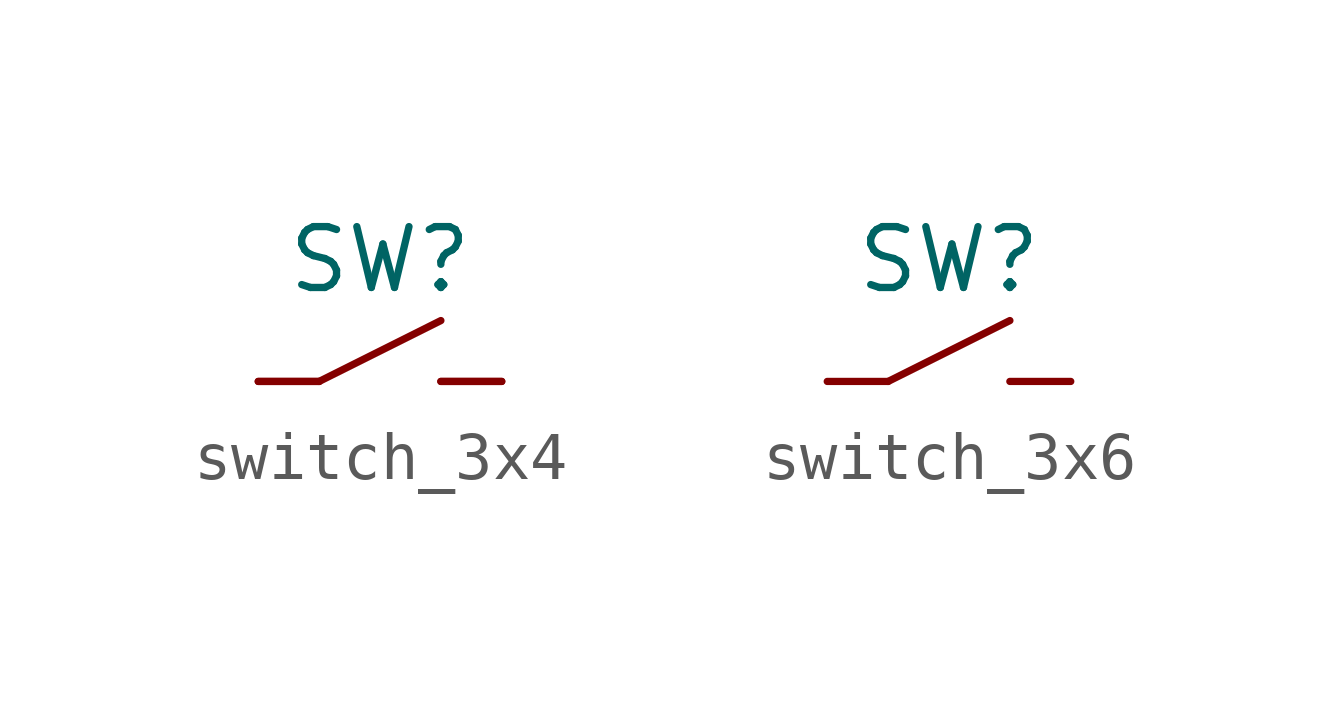
<source format=kicad_sym>
(kicad_symbol_lib
  (version 20211014)
  (generator kicad_symbol_editor)
  (symbol "switch_3x4"
    (pin_numbers hide)
    (pin_names
      (offset 1.016) hide)
    (property "Reference" "SW"
      (at 0 2.54 0)
      (effects (font (size 1.27 1.27))))
    (symbol "switch_3x4_0_1"
      (polyline (pts (xy -1.27 0) (xy 1.27 1.27)) (stroke (width 0) (type default) (color 0 0 0 0)) (fill (type none))))
    (symbol "switch_3x4_1_1"
      (pin bidirectional line (at -2.54 0 0) (length 1.27) (name "~" (effects (font (size 1.27 1.27)))) (number "1" (effects (font (size 1.27 1.27)))))
      (pin bidirectional line (at -2.54 0 0) (length 1.27) (name "~" (effects (font (size 1.27 1.27)))) (number "2" (effects (font (size 1.27 1.27)))))
      (pin bidirectional line (at 2.54 0 180) (length 1.27) (name "~" (effects (font (size 1.27 1.27)))) (number "3" (effects (font (size 1.27 1.27)))))
      (pin bidirectional line (at 2.54 0 180) (length 1.27) (name "~" (effects (font (size 1.27 1.27)))) (number "4" (effects (font (size 1.27 1.27)))))))
  (symbol "switch_3x6"
    (pin_numbers hide)
    (pin_names
      (offset 1.016) hide)
    (property "Reference" "SW"
      (at 0 2.54 0)
      (effects (font (size 1.27 1.27))))
    (symbol "switch_3x6_0_1"
      (polyline (pts (xy -1.27 0) (xy 1.27 1.27)) (stroke (width 0) (type default) (color 0 0 0 0)) (fill (type none))))
    (symbol "switch_3x6_1_1"
      (pin bidirectional line (at -2.54 0 0) (length 1.27) (name "~" (effects (font (size 1.27 1.27)))) (number "1" (effects (font (size 1.27 1.27)))))
      (pin bidirectional line (at 2.54 0 180) (length 1.27) (name "~" (effects (font (size 1.27 1.27)))) (number "2" (effects (font (size 1.27 1.27))))))))
</source>
